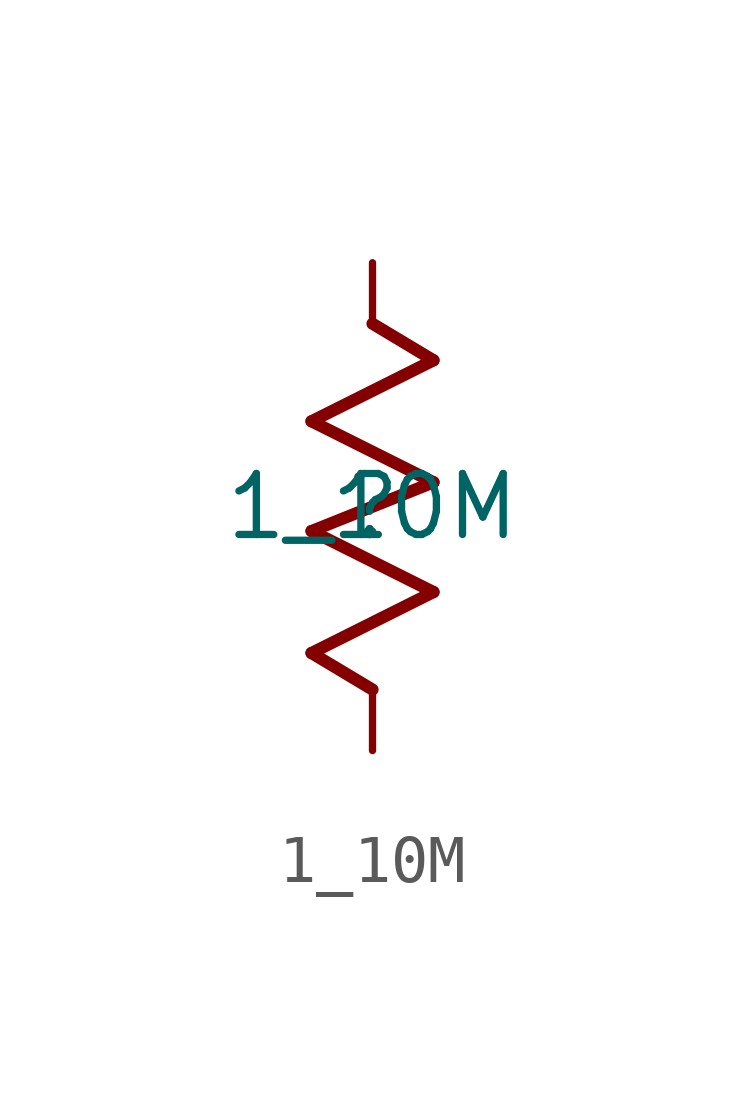
<source format=kicad_sym>
(kicad_symbol_lib
  (version 20211014)
  (generator kicad_symbol_editor)
  (symbol "1_10M"
    (property "Reference" ""
      (at 0 0 0)
      (effects (font (size 1.27 1.27))))
    (property "Value" "1_10M"
      (at 0 0 0)
      (effects (font (size 1.27 1.27))))
    (symbol "1_10M_1_0"
      (polyline (pts (xy -1.27 -3.048) (xy 0 -3.81)) (stroke (width 0.254) (type default) (color 0 0 0 0)) (fill (type none)))
      (polyline (pts (xy -1.27 -0.508) (xy 1.27 -1.778)) (stroke (width 0.254) (type default) (color 0 0 0 0)) (fill (type none)))
      (polyline (pts (xy -1.27 1.778) (xy 1.27 0.508)) (stroke (width 0.254) (type default) (color 0 0 0 0)) (fill (type none)))
      (polyline (pts (xy 0 3.81) (xy 1.27 3.048)) (stroke (width 0.254) (type default) (color 0 0 0 0)) (fill (type none)))
      (polyline (pts (xy 1.27 -1.778) (xy -1.27 -3.048)) (stroke (width 0.254) (type default) (color 0 0 0 0)) (fill (type none)))
      (polyline (pts (xy 1.27 0.508) (xy -1.27 -0.508)) (stroke (width 0.254) (type default) (color 0 0 0 0)) (fill (type none)))
      (polyline (pts (xy 1.27 3.048) (xy -1.27 1.778)) (stroke (width 0.254) (type default) (color 0 0 0 0)) (fill (type none)))
      (pin passive line (at 0 -5.08 90) (length 1.27) (name "1" (effects (font (size 0 0)))) (number "1" (effects (font (size 0 0)))))
      (pin passive line (at 0 5.08 270) (length 1.27) (name "2" (effects (font (size 0 0)))) (number "2" (effects (font (size 0 0))))))))
</source>
